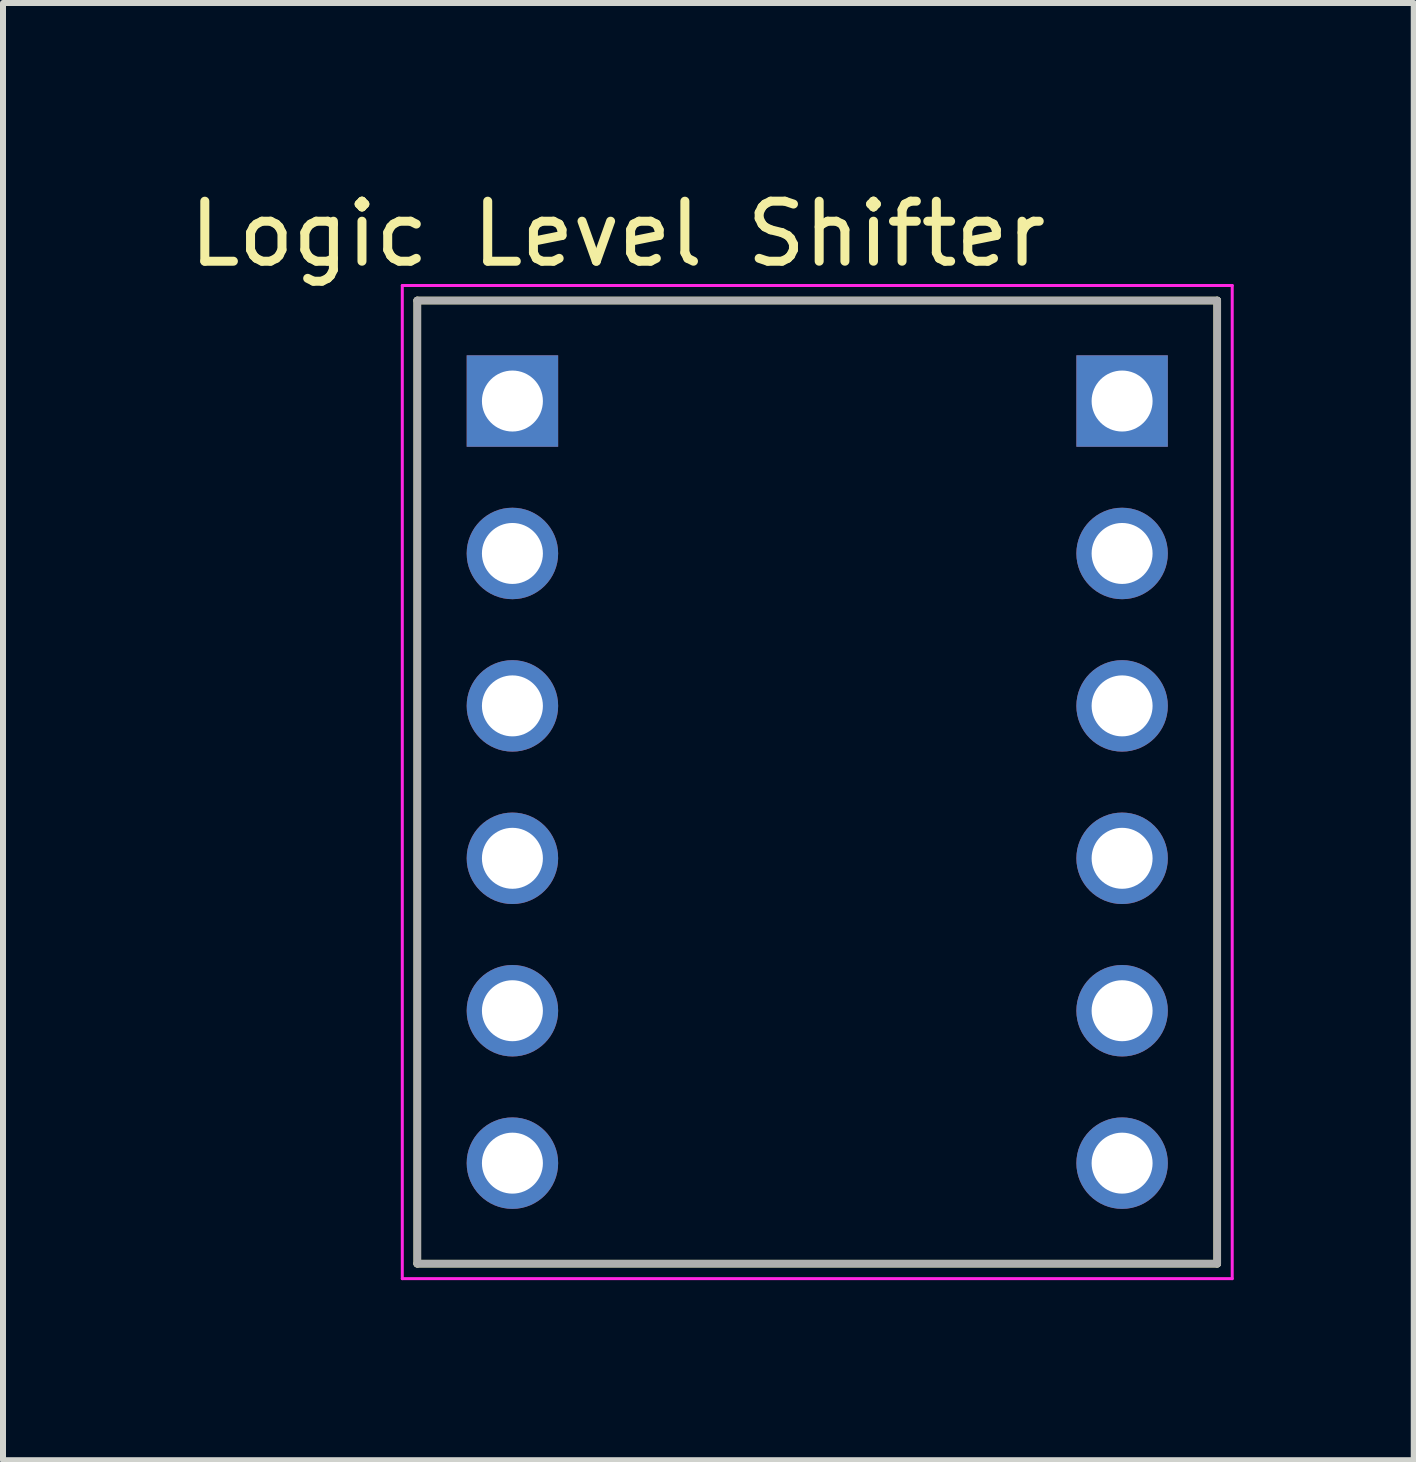
<source format=kicad_pcb>
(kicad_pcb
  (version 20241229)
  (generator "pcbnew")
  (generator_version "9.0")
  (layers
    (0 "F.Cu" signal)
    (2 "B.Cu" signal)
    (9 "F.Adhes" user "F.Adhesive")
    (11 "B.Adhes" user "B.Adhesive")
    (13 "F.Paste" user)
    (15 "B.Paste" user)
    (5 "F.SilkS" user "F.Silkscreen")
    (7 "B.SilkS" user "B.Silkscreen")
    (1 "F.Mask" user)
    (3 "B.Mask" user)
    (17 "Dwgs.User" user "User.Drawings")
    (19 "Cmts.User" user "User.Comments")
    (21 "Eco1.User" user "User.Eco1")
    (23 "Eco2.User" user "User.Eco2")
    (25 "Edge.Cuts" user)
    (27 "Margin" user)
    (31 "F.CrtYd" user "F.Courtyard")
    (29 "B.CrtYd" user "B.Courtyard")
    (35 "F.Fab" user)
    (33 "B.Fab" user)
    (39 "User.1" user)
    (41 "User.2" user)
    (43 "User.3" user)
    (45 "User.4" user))
  (footprint "Logic Level Shifter"
    (layer "F.Cu")
    (at 10.569 9.983)
    (property "Reference" "Logic Level Shifter" (at -3.325 -9.135 0) (layer "F.SilkS") (effects (font (size 1 1) (thickness 0.15))))
    (attr through_hole)
    (fp_line (start -6.665 -8.025) (end 6.665 -8.025) (stroke (width 0.127) (type solid)) (layer "F.SilkS"))
    (fp_line (start -6.665 8.025) (end -6.665 -8.025) (stroke (width 0.127) (type solid)) (layer "F.SilkS"))
    (fp_line (start 6.665 -8.025) (end 6.665 8.025) (stroke (width 0.127) (type solid)) (layer "F.SilkS"))
    (fp_line (start 6.665 8.025) (end -6.665 8.025) (stroke (width 0.127) (type solid)) (layer "F.SilkS"))
    (fp_line (start -6.915 -8.275) (end -6.915 8.275) (stroke (width 0.05) (type solid)) (layer "F.CrtYd"))
    (fp_line (start -6.915 8.275) (end 6.915 8.275) (stroke (width 0.05) (type solid)) (layer "F.CrtYd"))
    (fp_line (start 6.915 -8.275) (end -6.915 -8.275) (stroke (width 0.05) (type solid)) (layer "F.CrtYd"))
    (fp_line (start 6.915 8.275) (end 6.915 -8.275) (stroke (width 0.05) (type solid)) (layer "F.CrtYd"))
    (fp_line (start -6.665 -8.025) (end 6.665 -8.025) (stroke (width 0.127) (type solid)) (layer "F.Fab"))
    (fp_line (start -6.665 8.025) (end -6.665 -8.025) (stroke (width 0.127) (type solid)) (layer "F.Fab"))
    (fp_line (start 6.665 -8.025) (end 6.665 8.025) (stroke (width 0.127) (type solid)) (layer "F.Fab"))
    (fp_line (start 6.665 8.025) (end -6.665 8.025) (stroke (width 0.127) (type solid)) (layer "F.Fab"))
    (pad "GND_1" thru_hole circle (at 5.08 1.27) (size 1.524 1.524) (drill 1.016) (layers "*.Cu" "*.Mask"))
    (pad "GND_2" thru_hole circle (at -5.08 1.27) (size 1.524 1.524) (drill 1.016) (layers "*.Cu" "*.Mask"))
    (pad "HV" thru_hole circle (at 5.08 -1.27) (size 1.524 1.524) (drill 1.016) (layers "*.Cu" "*.Mask"))
    (pad "HV1" thru_hole rect (at 5.08 -6.35) (size 1.524 1.524) (drill 1.016) (layers "*.Cu" "*.Mask"))
    (pad "HV2" thru_hole circle (at 5.08 -3.81) (size 1.524 1.524) (drill 1.016) (layers "*.Cu" "*.Mask"))
    (pad "HV3" thru_hole circle (at 5.08 3.81) (size 1.524 1.524) (drill 1.016) (layers "*.Cu" "*.Mask"))
    (pad "HV4" thru_hole circle (at 5.08 6.35) (size 1.524 1.524) (drill 1.016) (layers "*.Cu" "*.Mask"))
    (pad "LV" thru_hole circle (at -5.08 -1.27) (size 1.524 1.524) (drill 1.016) (layers "*.Cu" "*.Mask"))
    (pad "LV1" thru_hole rect (at -5.08 -6.35) (size 1.524 1.524) (drill 1.016) (layers "*.Cu" "*.Mask"))
    (pad "LV2" thru_hole circle (at -5.08 -3.81) (size 1.524 1.524) (drill 1.016) (layers "*.Cu" "*.Mask"))
    (pad "LV3" thru_hole circle (at -5.08 3.81) (size 1.524 1.524) (drill 1.016) (layers "*.Cu" "*.Mask"))
    (pad "LV4" thru_hole circle (at -5.08 6.35) (size 1.524 1.524) (drill 1.016) (layers "*.Cu" "*.Mask")))
  (gr_rect
    (start -3 -3)
    (end 20.509 21.283)
    (stroke (width 0.1) (type default))
    (fill no)
    (layer "Edge.Cuts")))
</source>
